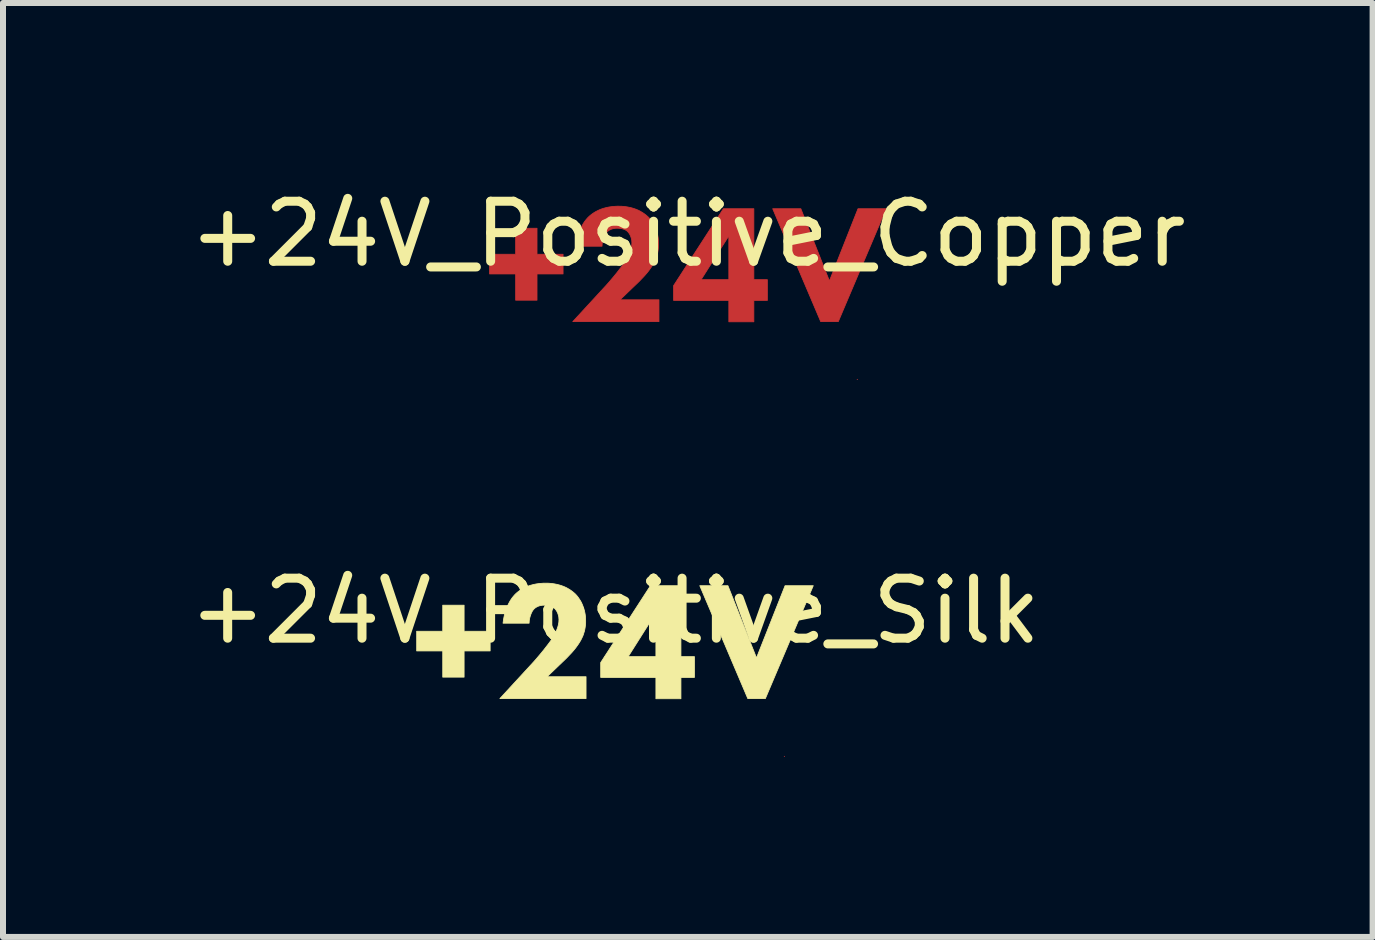
<source format=kicad_pcb>
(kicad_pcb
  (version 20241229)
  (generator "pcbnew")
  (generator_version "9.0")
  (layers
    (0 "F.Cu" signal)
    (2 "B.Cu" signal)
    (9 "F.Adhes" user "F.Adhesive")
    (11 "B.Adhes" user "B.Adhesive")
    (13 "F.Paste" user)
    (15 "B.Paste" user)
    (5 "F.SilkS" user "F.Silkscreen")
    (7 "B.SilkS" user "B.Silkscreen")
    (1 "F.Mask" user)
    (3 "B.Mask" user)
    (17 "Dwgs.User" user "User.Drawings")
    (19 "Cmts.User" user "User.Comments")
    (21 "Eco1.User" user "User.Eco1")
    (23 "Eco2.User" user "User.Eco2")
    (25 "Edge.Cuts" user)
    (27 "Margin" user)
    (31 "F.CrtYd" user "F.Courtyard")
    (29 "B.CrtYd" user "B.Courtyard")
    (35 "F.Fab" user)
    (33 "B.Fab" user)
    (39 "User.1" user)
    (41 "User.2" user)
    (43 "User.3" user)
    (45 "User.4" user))
  (footprint "+24V_Positive_Silk"
    (layer "F.Cu")
    (at 7.196 7.629)
    (property "Reference" "+24V_Positive_Silk" (at 0 -0.5 0) (unlocked yes) (layer "F.SilkS") (effects (font (size 1 1) (thickness 0.15))))
    (fp_poly (pts (xy 2.822 1.926) (xy 2.822 1.923) (xy 2.826 1.923)) (stroke (width 0.013) (type solid)) (fill yes) (layer "F.Cu"))
    (fp_poly (pts (xy 2.359 0.283) (xy 2.835 -0.92) (xy 3.305 -0.92) (xy 2.507 0.961) (xy 2.214 0.961) (xy 1.414 -0.92) (xy 1.883 -0.92)) (stroke (width 0.013) (type solid)) (fill yes) (layer "F.SilkS"))
    (fp_poly (pts (xy -2.513 -0.161) (xy -2.079 -0.161) (xy -2.079 0.167) (xy -2.513 0.167) (xy -2.513 0.604) (xy -2.869 0.604) (xy -2.869 0.167) (xy -3.303 0.167) (xy -3.303 -0.161) (xy -2.869 -0.161) (xy -2.869 -0.595) (xy -2.513 -0.595)) (stroke (width 0.013) (type solid)) (fill yes) (layer "F.SilkS"))
    (fp_poly (pts (xy 1.1 0.262) (xy 1.325 0.262) (xy 1.325 0.608) (xy 1.1 0.608) (xy 1.1 0.964) (xy 0.683 0.964) (xy 0.683 0.608) (xy -0.237 0.608) (xy -0.237 0.361) (xy -0.173 0.262) (xy 0.221 0.262) (xy 0.683 0.262) (xy 0.683 -0.468) (xy 0.221 0.262) (xy -0.173 0.262) (xy 0.592 -0.92) (xy 1.1 -0.92)) (stroke (width 0.013) (type solid)) (fill yes) (layer "F.SilkS"))
    (fp_poly (pts (xy -1.102 -0.961) (xy -1.056 -0.957) (xy -1.012 -0.951) (xy -0.971 -0.943) (xy -0.933 -0.934) (xy -0.897 -0.923) (xy -0.863 -0.911) (xy -0.832 -0.898) (xy -0.803 -0.884) (xy -0.777 -0.869) (xy -0.753 -0.855) (xy -0.731 -0.84) (xy -0.711 -0.825) (xy -0.693 -0.811) (xy -0.664 -0.786) (xy -0.645 -0.766) (xy -0.627 -0.745) (xy -0.61 -0.723) (xy -0.594 -0.699) (xy -0.578 -0.675) (xy -0.563 -0.649) (xy -0.55 -0.622) (xy -0.538 -0.594) (xy -0.527 -0.565) (xy -0.517 -0.535) (xy -0.508 -0.504) (xy -0.501 -0.472) (xy -0.495 -0.439) (xy -0.491 -0.405) (xy -0.489 -0.37) (xy -0.488 -0.334) (xy -0.488 -0.303) (xy -0.49 -0.274) (xy -0.493 -0.245) (xy -0.497 -0.217) (xy -0.502 -0.19) (xy -0.508 -0.163) (xy -0.516 -0.137) (xy -0.524 -0.111) (xy -0.533 -0.086) (xy -0.544 -0.062) (xy -0.556 -0.037) (xy -0.568 -0.013) (xy -0.582 0.011) (xy -0.597 0.035) (xy -0.612 0.058) (xy -0.629 0.082) (xy -0.644 0.103) (xy -0.66 0.124) (xy -0.676 0.144) (xy -0.693 0.164) (xy -0.71 0.184) (xy -0.728 0.204) (xy -0.765 0.243) (xy -0.803 0.283) (xy -0.844 0.323) (xy -0.887 0.364) (xy -0.932 0.407) (xy -1.13 0.597) (xy -0.481 0.597) (xy -0.481 0.961) (xy -1.917 0.961) (xy -1.352 0.347) (xy -1.313 0.303) (xy -1.271 0.253) (xy -1.227 0.201) (xy -1.184 0.148) (xy -1.143 0.095) (xy -1.105 0.046) (xy -1.072 0.001) (xy -1.045 -0.038) (xy -1.028 -0.065) (xy -1.01 -0.098) (xy -1 -0.115) (xy -0.991 -0.134) (xy -0.982 -0.154) (xy -0.973 -0.174) (xy -0.965 -0.195) (xy -0.957 -0.217) (xy -0.95 -0.239) (xy -0.944 -0.261) (xy -0.939 -0.285) (xy -0.935 -0.308) (xy -0.933 -0.331) (xy -0.933 -0.343) (xy -0.932 -0.355) (xy -0.933 -0.368) (xy -0.934 -0.382) (xy -0.935 -0.395) (xy -0.937 -0.408) (xy -0.94 -0.421) (xy -0.944 -0.434) (xy -0.948 -0.447) (xy -0.952 -0.459) (xy -0.957 -0.471) (xy -0.963 -0.483) (xy -0.969 -0.494) (xy -0.975 -0.505) (xy -0.983 -0.515) (xy -0.99 -0.525) (xy -0.998 -0.534) (xy -1.006 -0.542) (xy -1.013 -0.549) (xy -1.021 -0.555) (xy -1.029 -0.56) (xy -1.038 -0.565) (xy -1.047 -0.57) (xy -1.057 -0.574) (xy -1.067 -0.578) (xy -1.078 -0.582) (xy -1.09 -0.585) (xy -1.101 -0.588) (xy -1.113 -0.59) (xy -1.126 -0.592) (xy -1.139 -0.593) (xy -1.152 -0.594) (xy -1.166 -0.595) (xy -1.179 -0.595) (xy -1.194 -0.595) (xy -1.208 -0.594) (xy -1.222 -0.592) (xy -1.235 -0.59) (xy -1.248 -0.587) (xy -1.259 -0.584) (xy -1.271 -0.58) (xy -1.282 -0.576) (xy -1.292 -0.571) (xy -1.302 -0.566) (xy -1.311 -0.561) (xy -1.32 -0.555) (xy -1.329 -0.549) (xy -1.337 -0.542) (xy -1.345 -0.535) (xy -1.352 -0.528) (xy -1.361 -0.517) (xy -1.37 -0.505) (xy -1.378 -0.492) (xy -1.385 -0.478) (xy -1.392 -0.464) (xy -1.398 -0.449) (xy -1.404 -0.434) (xy -1.409 -0.418) (xy -1.414 -0.402) (xy -1.418 -0.387) (xy -1.422 -0.371) (xy -1.425 -0.355) (xy -1.427 -0.339) (xy -1.428 -0.324) (xy -1.429 -0.309) (xy -1.43 -0.295) (xy -1.864 -0.295) (xy -1.86 -0.326) (xy -1.856 -0.357) (xy -1.85 -0.389) (xy -1.844 -0.42) (xy -1.836 -0.452) (xy -1.827 -0.484) (xy -1.816 -0.515) (xy -1.805 -0.546) (xy -1.792 -0.577) (xy -1.778 -0.607) (xy -1.763 -0.636) (xy -1.747 -0.665) (xy -1.73 -0.692) (xy -1.711 -0.719) (xy -1.691 -0.744) (xy -1.67 -0.768) (xy -1.652 -0.786) (xy -1.632 -0.804) (xy -1.611 -0.821) (xy -1.588 -0.838) (xy -1.563 -0.855) (xy -1.536 -0.871) (xy -1.507 -0.886) (xy -1.476 -0.901) (xy -1.444 -0.914) (xy -1.409 -0.926) (xy -1.39 -0.931) (xy -1.372 -0.936) (xy -1.352 -0.941) (xy -1.332 -0.945) (xy -1.312 -0.949) (xy -1.291 -0.952) (xy -1.269 -0.955) (xy -1.247 -0.958) (xy -1.224 -0.959) (xy -1.2 -0.961) (xy -1.176 -0.962) (xy -1.151 -0.962)) (stroke (width 0.013) (type solid)) (fill yes) (layer "F.SilkS")))
  (footprint "+24V_Positive_Copper"
    (layer "F.Cu")
    (at 8.411 1.348)
    (property "Reference" "+24V_Positive_Copper" (at 0 -0.5 0) (unlocked yes) (layer "F.SilkS") (effects (font (size 1 1) (thickness 0.15))))
    (fp_poly (pts (xy 2.822 1.926) (xy 2.822 1.923) (xy 2.826 1.923)) (stroke (width 0.013) (type solid)) (fill yes) (layer "F.Cu"))
    (fp_poly (pts (xy 2.359 0.283) (xy 2.835 -0.92) (xy 3.305 -0.92) (xy 2.507 0.961) (xy 2.214 0.961) (xy 1.414 -0.92) (xy 1.883 -0.92)) (stroke (width 0.013) (type solid)) (fill yes) (layer "F.Cu"))
    (fp_poly (pts (xy -2.513 -0.161) (xy -2.079 -0.161) (xy -2.079 0.167) (xy -2.513 0.167) (xy -2.513 0.604) (xy -2.869 0.604) (xy -2.869 0.167) (xy -3.303 0.167) (xy -3.303 -0.161) (xy -2.869 -0.161) (xy -2.869 -0.595) (xy -2.513 -0.595)) (stroke (width 0.013) (type solid)) (fill yes) (layer "F.Cu"))
    (fp_poly (pts (xy 1.1 0.262) (xy 1.325 0.262) (xy 1.325 0.608) (xy 1.1 0.608) (xy 1.1 0.964) (xy 0.683 0.964) (xy 0.683 0.608) (xy -0.237 0.608) (xy -0.237 0.361) (xy -0.173 0.262) (xy 0.221 0.262) (xy 0.683 0.262) (xy 0.683 -0.468) (xy 0.221 0.262) (xy -0.173 0.262) (xy 0.592 -0.92) (xy 1.1 -0.92)) (stroke (width 0.013) (type solid)) (fill yes) (layer "F.Cu"))
    (fp_poly (pts (xy -1.102 -0.961) (xy -1.056 -0.957) (xy -1.012 -0.951) (xy -0.971 -0.943) (xy -0.933 -0.934) (xy -0.897 -0.923) (xy -0.863 -0.911) (xy -0.832 -0.898) (xy -0.803 -0.884) (xy -0.777 -0.869) (xy -0.753 -0.855) (xy -0.731 -0.84) (xy -0.711 -0.825) (xy -0.693 -0.811) (xy -0.664 -0.786) (xy -0.645 -0.766) (xy -0.627 -0.745) (xy -0.61 -0.723) (xy -0.594 -0.699) (xy -0.578 -0.675) (xy -0.563 -0.649) (xy -0.55 -0.622) (xy -0.538 -0.594) (xy -0.527 -0.565) (xy -0.517 -0.535) (xy -0.508 -0.504) (xy -0.501 -0.472) (xy -0.495 -0.439) (xy -0.491 -0.405) (xy -0.489 -0.37) (xy -0.488 -0.334) (xy -0.488 -0.303) (xy -0.49 -0.274) (xy -0.493 -0.245) (xy -0.497 -0.217) (xy -0.502 -0.19) (xy -0.508 -0.163) (xy -0.516 -0.137) (xy -0.524 -0.111) (xy -0.533 -0.086) (xy -0.544 -0.062) (xy -0.556 -0.037) (xy -0.568 -0.013) (xy -0.582 0.011) (xy -0.597 0.035) (xy -0.612 0.058) (xy -0.629 0.082) (xy -0.644 0.103) (xy -0.66 0.124) (xy -0.676 0.144) (xy -0.693 0.164) (xy -0.71 0.184) (xy -0.728 0.204) (xy -0.765 0.243) (xy -0.803 0.283) (xy -0.844 0.323) (xy -0.887 0.364) (xy -0.932 0.407) (xy -1.13 0.597) (xy -0.481 0.597) (xy -0.481 0.961) (xy -1.917 0.961) (xy -1.352 0.347) (xy -1.313 0.303) (xy -1.271 0.253) (xy -1.227 0.201) (xy -1.184 0.148) (xy -1.143 0.095) (xy -1.105 0.046) (xy -1.072 0.001) (xy -1.045 -0.038) (xy -1.028 -0.065) (xy -1.01 -0.098) (xy -1 -0.115) (xy -0.991 -0.134) (xy -0.982 -0.154) (xy -0.973 -0.174) (xy -0.965 -0.195) (xy -0.957 -0.217) (xy -0.95 -0.239) (xy -0.944 -0.261) (xy -0.939 -0.285) (xy -0.935 -0.308) (xy -0.933 -0.331) (xy -0.933 -0.343) (xy -0.932 -0.355) (xy -0.933 -0.368) (xy -0.934 -0.382) (xy -0.935 -0.395) (xy -0.937 -0.408) (xy -0.94 -0.421) (xy -0.944 -0.434) (xy -0.948 -0.447) (xy -0.952 -0.459) (xy -0.957 -0.471) (xy -0.963 -0.483) (xy -0.969 -0.494) (xy -0.975 -0.505) (xy -0.983 -0.515) (xy -0.99 -0.525) (xy -0.998 -0.534) (xy -1.006 -0.542) (xy -1.013 -0.549) (xy -1.021 -0.555) (xy -1.029 -0.56) (xy -1.038 -0.565) (xy -1.047 -0.57) (xy -1.057 -0.574) (xy -1.067 -0.578) (xy -1.078 -0.582) (xy -1.09 -0.585) (xy -1.101 -0.588) (xy -1.113 -0.59) (xy -1.126 -0.592) (xy -1.139 -0.593) (xy -1.152 -0.594) (xy -1.166 -0.595) (xy -1.179 -0.595) (xy -1.194 -0.595) (xy -1.208 -0.594) (xy -1.222 -0.592) (xy -1.235 -0.59) (xy -1.248 -0.587) (xy -1.259 -0.584) (xy -1.271 -0.58) (xy -1.282 -0.576) (xy -1.292 -0.571) (xy -1.302 -0.566) (xy -1.311 -0.561) (xy -1.32 -0.555) (xy -1.329 -0.549) (xy -1.337 -0.542) (xy -1.345 -0.535) (xy -1.352 -0.528) (xy -1.361 -0.517) (xy -1.37 -0.505) (xy -1.378 -0.492) (xy -1.385 -0.478) (xy -1.392 -0.464) (xy -1.398 -0.449) (xy -1.404 -0.434) (xy -1.409 -0.418) (xy -1.414 -0.402) (xy -1.418 -0.387) (xy -1.422 -0.371) (xy -1.425 -0.355) (xy -1.427 -0.339) (xy -1.428 -0.324) (xy -1.429 -0.309) (xy -1.43 -0.295) (xy -1.864 -0.295) (xy -1.86 -0.326) (xy -1.856 -0.357) (xy -1.85 -0.389) (xy -1.844 -0.42) (xy -1.836 -0.452) (xy -1.827 -0.484) (xy -1.816 -0.515) (xy -1.805 -0.546) (xy -1.792 -0.577) (xy -1.778 -0.607) (xy -1.763 -0.636) (xy -1.747 -0.665) (xy -1.73 -0.692) (xy -1.711 -0.719) (xy -1.691 -0.744) (xy -1.67 -0.768) (xy -1.652 -0.786) (xy -1.632 -0.804) (xy -1.611 -0.821) (xy -1.588 -0.838) (xy -1.563 -0.855) (xy -1.536 -0.871) (xy -1.507 -0.886) (xy -1.476 -0.901) (xy -1.444 -0.914) (xy -1.409 -0.926) (xy -1.39 -0.931) (xy -1.372 -0.936) (xy -1.352 -0.941) (xy -1.332 -0.945) (xy -1.312 -0.949) (xy -1.291 -0.952) (xy -1.269 -0.955) (xy -1.247 -0.958) (xy -1.224 -0.959) (xy -1.2 -0.961) (xy -1.176 -0.962) (xy -1.151 -0.962)) (stroke (width 0.013) (type solid)) (fill yes) (layer "F.Cu")))
  (gr_rect
    (start -3 -3)
    (end 19.821 12.562)
    (stroke (width 0.1) (type default))
    (fill no)
    (layer "Edge.Cuts")))
</source>
